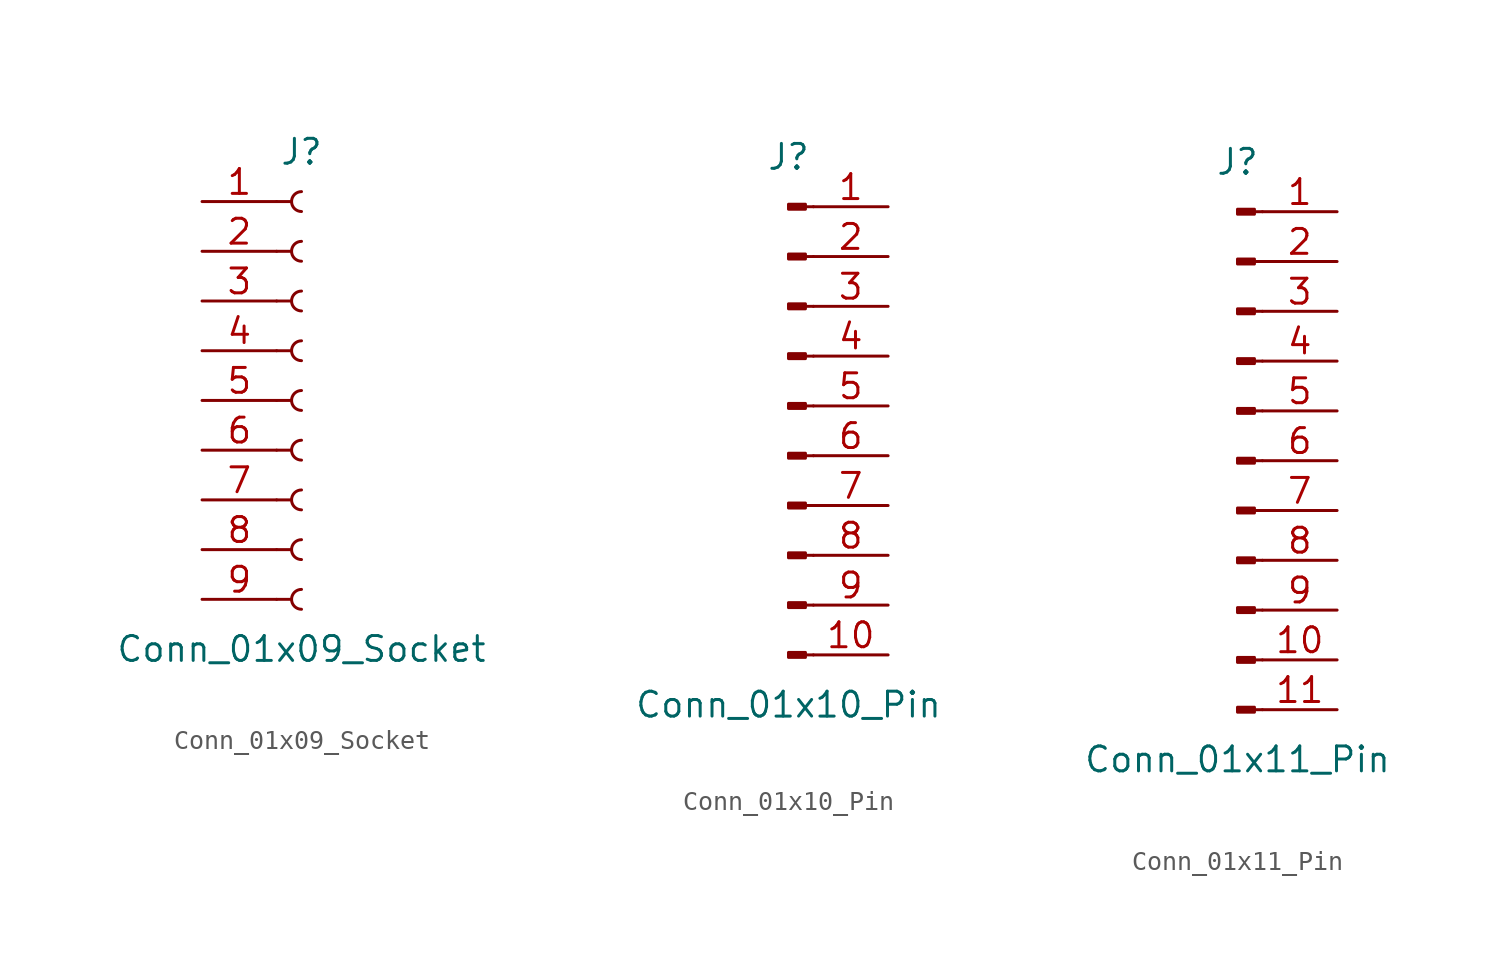
<source format=kicad_sym>
(kicad_symbol_lib
  (version 20220914)
  (generator kicad_symbol_editor)
  (symbol "Conn_01x09_Socket"
    (pin_names
      (offset 1.016) hide)
    (property "Reference" "J"
      (at 0 12.7 0)
      (effects (font (size 1.27 1.27))))
    (property "Value" "Conn_01x09_Socket"
      (at 0 -12.7 0)
      (effects (font (size 1.27 1.27))))
    (property "ki_locked" ""
      (at 0 0 0)
      (effects (font (size 1.27 1.27))))
    (symbol "Conn_01x09_Socket_1_1"
      (arc (start 0 -9.652) (mid -0.5058 -10.16) (end 0 -10.668) (stroke (width 0.1524) (type default)) (fill (type none)))
      (arc (start 0 -7.112) (mid -0.5058 -7.62) (end 0 -8.128) (stroke (width 0.1524) (type default)) (fill (type none)))
      (arc (start 0 -4.572) (mid -0.5058 -5.08) (end 0 -5.588) (stroke (width 0.1524) (type default)) (fill (type none)))
      (arc (start 0 -2.032) (mid -0.5058 -2.54) (end 0 -3.048) (stroke (width 0.1524) (type default)) (fill (type none)))
      (polyline (pts (xy -1.27 -10.16) (xy -0.508 -10.16)) (stroke (width 0.152) (type default)) (fill (type none)))
      (polyline (pts (xy -1.27 -7.62) (xy -0.508 -7.62)) (stroke (width 0.152) (type default)) (fill (type none)))
      (polyline (pts (xy -1.27 -5.08) (xy -0.508 -5.08)) (stroke (width 0.152) (type default)) (fill (type none)))
      (polyline (pts (xy -1.27 -2.54) (xy -0.508 -2.54)) (stroke (width 0.152) (type default)) (fill (type none)))
      (polyline (pts (xy -1.27 0) (xy -0.508 0)) (stroke (width 0.152) (type default)) (fill (type none)))
      (polyline (pts (xy -1.27 2.54) (xy -0.508 2.54)) (stroke (width 0.152) (type default)) (fill (type none)))
      (polyline (pts (xy -1.27 5.08) (xy -0.508 5.08)) (stroke (width 0.152) (type default)) (fill (type none)))
      (polyline (pts (xy -1.27 7.62) (xy -0.508 7.62)) (stroke (width 0.152) (type default)) (fill (type none)))
      (polyline (pts (xy -1.27 10.16) (xy -0.508 10.16)) (stroke (width 0.152) (type default)) (fill (type none)))
      (arc (start 0 0.508) (mid -0.5058 0) (end 0 -0.508) (stroke (width 0.1524) (type default)) (fill (type none)))
      (arc (start 0 3.048) (mid -0.5058 2.54) (end 0 2.032) (stroke (width 0.1524) (type default)) (fill (type none)))
      (arc (start 0 5.588) (mid -0.5058 5.08) (end 0 4.572) (stroke (width 0.1524) (type default)) (fill (type none)))
      (arc (start 0 8.128) (mid -0.5058 7.62) (end 0 7.112) (stroke (width 0.1524) (type default)) (fill (type none)))
      (arc (start 0 10.668) (mid -0.5058 10.16) (end 0 9.652) (stroke (width 0.1524) (type default)) (fill (type none)))
      (pin passive line (at -5.08 10.16 0) (length 3.81) (name "Pin_1" (effects (font (size 1.27 1.27)))) (number "1" (effects (font (size 1.27 1.27)))))
      (pin passive line (at -5.08 7.62 0) (length 3.81) (name "Pin_2" (effects (font (size 1.27 1.27)))) (number "2" (effects (font (size 1.27 1.27)))))
      (pin passive line (at -5.08 5.08 0) (length 3.81) (name "Pin_3" (effects (font (size 1.27 1.27)))) (number "3" (effects (font (size 1.27 1.27)))))
      (pin passive line (at -5.08 2.54 0) (length 3.81) (name "Pin_4" (effects (font (size 1.27 1.27)))) (number "4" (effects (font (size 1.27 1.27)))))
      (pin passive line (at -5.08 0 0) (length 3.81) (name "Pin_5" (effects (font (size 1.27 1.27)))) (number "5" (effects (font (size 1.27 1.27)))))
      (pin passive line (at -5.08 -2.54 0) (length 3.81) (name "Pin_6" (effects (font (size 1.27 1.27)))) (number "6" (effects (font (size 1.27 1.27)))))
      (pin passive line (at -5.08 -5.08 0) (length 3.81) (name "Pin_7" (effects (font (size 1.27 1.27)))) (number "7" (effects (font (size 1.27 1.27)))))
      (pin passive line (at -5.08 -7.62 0) (length 3.81) (name "Pin_8" (effects (font (size 1.27 1.27)))) (number "8" (effects (font (size 1.27 1.27)))))
      (pin passive line (at -5.08 -10.16 0) (length 3.81) (name "Pin_9" (effects (font (size 1.27 1.27)))) (number "9" (effects (font (size 1.27 1.27)))))))
  (symbol "Conn_01x10_Pin"
    (pin_names
      (offset 1.016) hide)
    (property "Reference" "J"
      (at 0 12.7 0)
      (effects (font (size 1.27 1.27))))
    (property "Value" "Conn_01x10_Pin"
      (at 0 -15.24 0)
      (effects (font (size 1.27 1.27))))
    (property "ki_locked" ""
      (at 0 0 0)
      (effects (font (size 1.27 1.27))))
    (symbol "Conn_01x10_Pin_1_1"
      (polyline (pts (xy 1.27 -12.7) (xy 0.864 -12.7)) (stroke (width 0.152) (type default)) (fill (type none)))
      (polyline (pts (xy 1.27 -10.16) (xy 0.864 -10.16)) (stroke (width 0.152) (type default)) (fill (type none)))
      (polyline (pts (xy 1.27 -7.62) (xy 0.864 -7.62)) (stroke (width 0.152) (type default)) (fill (type none)))
      (polyline (pts (xy 1.27 -5.08) (xy 0.864 -5.08)) (stroke (width 0.152) (type default)) (fill (type none)))
      (polyline (pts (xy 1.27 -2.54) (xy 0.864 -2.54)) (stroke (width 0.152) (type default)) (fill (type none)))
      (polyline (pts (xy 1.27 0) (xy 0.864 0)) (stroke (width 0.152) (type default)) (fill (type none)))
      (polyline (pts (xy 1.27 2.54) (xy 0.864 2.54)) (stroke (width 0.152) (type default)) (fill (type none)))
      (polyline (pts (xy 1.27 5.08) (xy 0.864 5.08)) (stroke (width 0.152) (type default)) (fill (type none)))
      (polyline (pts (xy 1.27 7.62) (xy 0.864 7.62)) (stroke (width 0.152) (type default)) (fill (type none)))
      (polyline (pts (xy 1.27 10.16) (xy 0.864 10.16)) (stroke (width 0.152) (type default)) (fill (type none)))
      (rectangle (start 0.864 -12.573) (end 0 -12.827) (stroke (width 0.152) (type default)) (fill (type outline)))
      (rectangle (start 0.864 -10.033) (end 0 -10.287) (stroke (width 0.152) (type default)) (fill (type outline)))
      (rectangle (start 0.864 -7.493) (end 0 -7.747) (stroke (width 0.152) (type default)) (fill (type outline)))
      (rectangle (start 0.864 -4.953) (end 0 -5.207) (stroke (width 0.152) (type default)) (fill (type outline)))
      (rectangle (start 0.864 -2.413) (end 0 -2.667) (stroke (width 0.152) (type default)) (fill (type outline)))
      (rectangle (start 0.864 0.127) (end 0 -0.127) (stroke (width 0.152) (type default)) (fill (type outline)))
      (rectangle (start 0.864 2.667) (end 0 2.413) (stroke (width 0.152) (type default)) (fill (type outline)))
      (rectangle (start 0.864 5.207) (end 0 4.953) (stroke (width 0.152) (type default)) (fill (type outline)))
      (rectangle (start 0.864 7.747) (end 0 7.493) (stroke (width 0.152) (type default)) (fill (type outline)))
      (rectangle (start 0.864 10.287) (end 0 10.033) (stroke (width 0.152) (type default)) (fill (type outline)))
      (pin passive line (at 5.08 10.16 180) (length 3.81) (name "Pin_1" (effects (font (size 1.27 1.27)))) (number "1" (effects (font (size 1.27 1.27)))))
      (pin passive line (at 5.08 -12.7 180) (length 3.81) (name "Pin_10" (effects (font (size 1.27 1.27)))) (number "10" (effects (font (size 1.27 1.27)))))
      (pin passive line (at 5.08 7.62 180) (length 3.81) (name "Pin_2" (effects (font (size 1.27 1.27)))) (number "2" (effects (font (size 1.27 1.27)))))
      (pin passive line (at 5.08 5.08 180) (length 3.81) (name "Pin_3" (effects (font (size 1.27 1.27)))) (number "3" (effects (font (size 1.27 1.27)))))
      (pin passive line (at 5.08 2.54 180) (length 3.81) (name "Pin_4" (effects (font (size 1.27 1.27)))) (number "4" (effects (font (size 1.27 1.27)))))
      (pin passive line (at 5.08 0 180) (length 3.81) (name "Pin_5" (effects (font (size 1.27 1.27)))) (number "5" (effects (font (size 1.27 1.27)))))
      (pin passive line (at 5.08 -2.54 180) (length 3.81) (name "Pin_6" (effects (font (size 1.27 1.27)))) (number "6" (effects (font (size 1.27 1.27)))))
      (pin passive line (at 5.08 -5.08 180) (length 3.81) (name "Pin_7" (effects (font (size 1.27 1.27)))) (number "7" (effects (font (size 1.27 1.27)))))
      (pin passive line (at 5.08 -7.62 180) (length 3.81) (name "Pin_8" (effects (font (size 1.27 1.27)))) (number "8" (effects (font (size 1.27 1.27)))))
      (pin passive line (at 5.08 -10.16 180) (length 3.81) (name "Pin_9" (effects (font (size 1.27 1.27)))) (number "9" (effects (font (size 1.27 1.27)))))))
  (symbol "Conn_01x11_Pin"
    (pin_names
      (offset 1.016) hide)
    (property "Reference" "J"
      (at 0 15.24 0)
      (effects (font (size 1.27 1.27))))
    (property "Value" "Conn_01x11_Pin"
      (at 0 -15.24 0)
      (effects (font (size 1.27 1.27))))
    (property "ki_locked" ""
      (at 0 0 0)
      (effects (font (size 1.27 1.27))))
    (symbol "Conn_01x11_Pin_1_1"
      (polyline (pts (xy 1.27 -12.7) (xy 0.864 -12.7)) (stroke (width 0.152) (type default)) (fill (type none)))
      (polyline (pts (xy 1.27 -10.16) (xy 0.864 -10.16)) (stroke (width 0.152) (type default)) (fill (type none)))
      (polyline (pts (xy 1.27 -7.62) (xy 0.864 -7.62)) (stroke (width 0.152) (type default)) (fill (type none)))
      (polyline (pts (xy 1.27 -5.08) (xy 0.864 -5.08)) (stroke (width 0.152) (type default)) (fill (type none)))
      (polyline (pts (xy 1.27 -2.54) (xy 0.864 -2.54)) (stroke (width 0.152) (type default)) (fill (type none)))
      (polyline (pts (xy 1.27 0) (xy 0.864 0)) (stroke (width 0.152) (type default)) (fill (type none)))
      (polyline (pts (xy 1.27 2.54) (xy 0.864 2.54)) (stroke (width 0.152) (type default)) (fill (type none)))
      (polyline (pts (xy 1.27 5.08) (xy 0.864 5.08)) (stroke (width 0.152) (type default)) (fill (type none)))
      (polyline (pts (xy 1.27 7.62) (xy 0.864 7.62)) (stroke (width 0.152) (type default)) (fill (type none)))
      (polyline (pts (xy 1.27 10.16) (xy 0.864 10.16)) (stroke (width 0.152) (type default)) (fill (type none)))
      (polyline (pts (xy 1.27 12.7) (xy 0.864 12.7)) (stroke (width 0.152) (type default)) (fill (type none)))
      (rectangle (start 0.864 -12.573) (end 0 -12.827) (stroke (width 0.152) (type default)) (fill (type outline)))
      (rectangle (start 0.864 -10.033) (end 0 -10.287) (stroke (width 0.152) (type default)) (fill (type outline)))
      (rectangle (start 0.864 -7.493) (end 0 -7.747) (stroke (width 0.152) (type default)) (fill (type outline)))
      (rectangle (start 0.864 -4.953) (end 0 -5.207) (stroke (width 0.152) (type default)) (fill (type outline)))
      (rectangle (start 0.864 -2.413) (end 0 -2.667) (stroke (width 0.152) (type default)) (fill (type outline)))
      (rectangle (start 0.864 0.127) (end 0 -0.127) (stroke (width 0.152) (type default)) (fill (type outline)))
      (rectangle (start 0.864 2.667) (end 0 2.413) (stroke (width 0.152) (type default)) (fill (type outline)))
      (rectangle (start 0.864 5.207) (end 0 4.953) (stroke (width 0.152) (type default)) (fill (type outline)))
      (rectangle (start 0.864 7.747) (end 0 7.493) (stroke (width 0.152) (type default)) (fill (type outline)))
      (rectangle (start 0.864 10.287) (end 0 10.033) (stroke (width 0.152) (type default)) (fill (type outline)))
      (rectangle (start 0.864 12.827) (end 0 12.573) (stroke (width 0.152) (type default)) (fill (type outline)))
      (pin passive line (at 5.08 12.7 180) (length 3.81) (name "Pin_1" (effects (font (size 1.27 1.27)))) (number "1" (effects (font (size 1.27 1.27)))))
      (pin passive line (at 5.08 -10.16 180) (length 3.81) (name "Pin_10" (effects (font (size 1.27 1.27)))) (number "10" (effects (font (size 1.27 1.27)))))
      (pin passive line (at 5.08 -12.7 180) (length 3.81) (name "Pin_11" (effects (font (size 1.27 1.27)))) (number "11" (effects (font (size 1.27 1.27)))))
      (pin passive line (at 5.08 10.16 180) (length 3.81) (name "Pin_2" (effects (font (size 1.27 1.27)))) (number "2" (effects (font (size 1.27 1.27)))))
      (pin passive line (at 5.08 7.62 180) (length 3.81) (name "Pin_3" (effects (font (size 1.27 1.27)))) (number "3" (effects (font (size 1.27 1.27)))))
      (pin passive line (at 5.08 5.08 180) (length 3.81) (name "Pin_4" (effects (font (size 1.27 1.27)))) (number "4" (effects (font (size 1.27 1.27)))))
      (pin passive line (at 5.08 2.54 180) (length 3.81) (name "Pin_5" (effects (font (size 1.27 1.27)))) (number "5" (effects (font (size 1.27 1.27)))))
      (pin passive line (at 5.08 0 180) (length 3.81) (name "Pin_6" (effects (font (size 1.27 1.27)))) (number "6" (effects (font (size 1.27 1.27)))))
      (pin passive line (at 5.08 -2.54 180) (length 3.81) (name "Pin_7" (effects (font (size 1.27 1.27)))) (number "7" (effects (font (size 1.27 1.27)))))
      (pin passive line (at 5.08 -5.08 180) (length 3.81) (name "Pin_8" (effects (font (size 1.27 1.27)))) (number "8" (effects (font (size 1.27 1.27)))))
      (pin passive line (at 5.08 -7.62 180) (length 3.81) (name "Pin_9" (effects (font (size 1.27 1.27)))) (number "9" (effects (font (size 1.27 1.27))))))))
</source>
